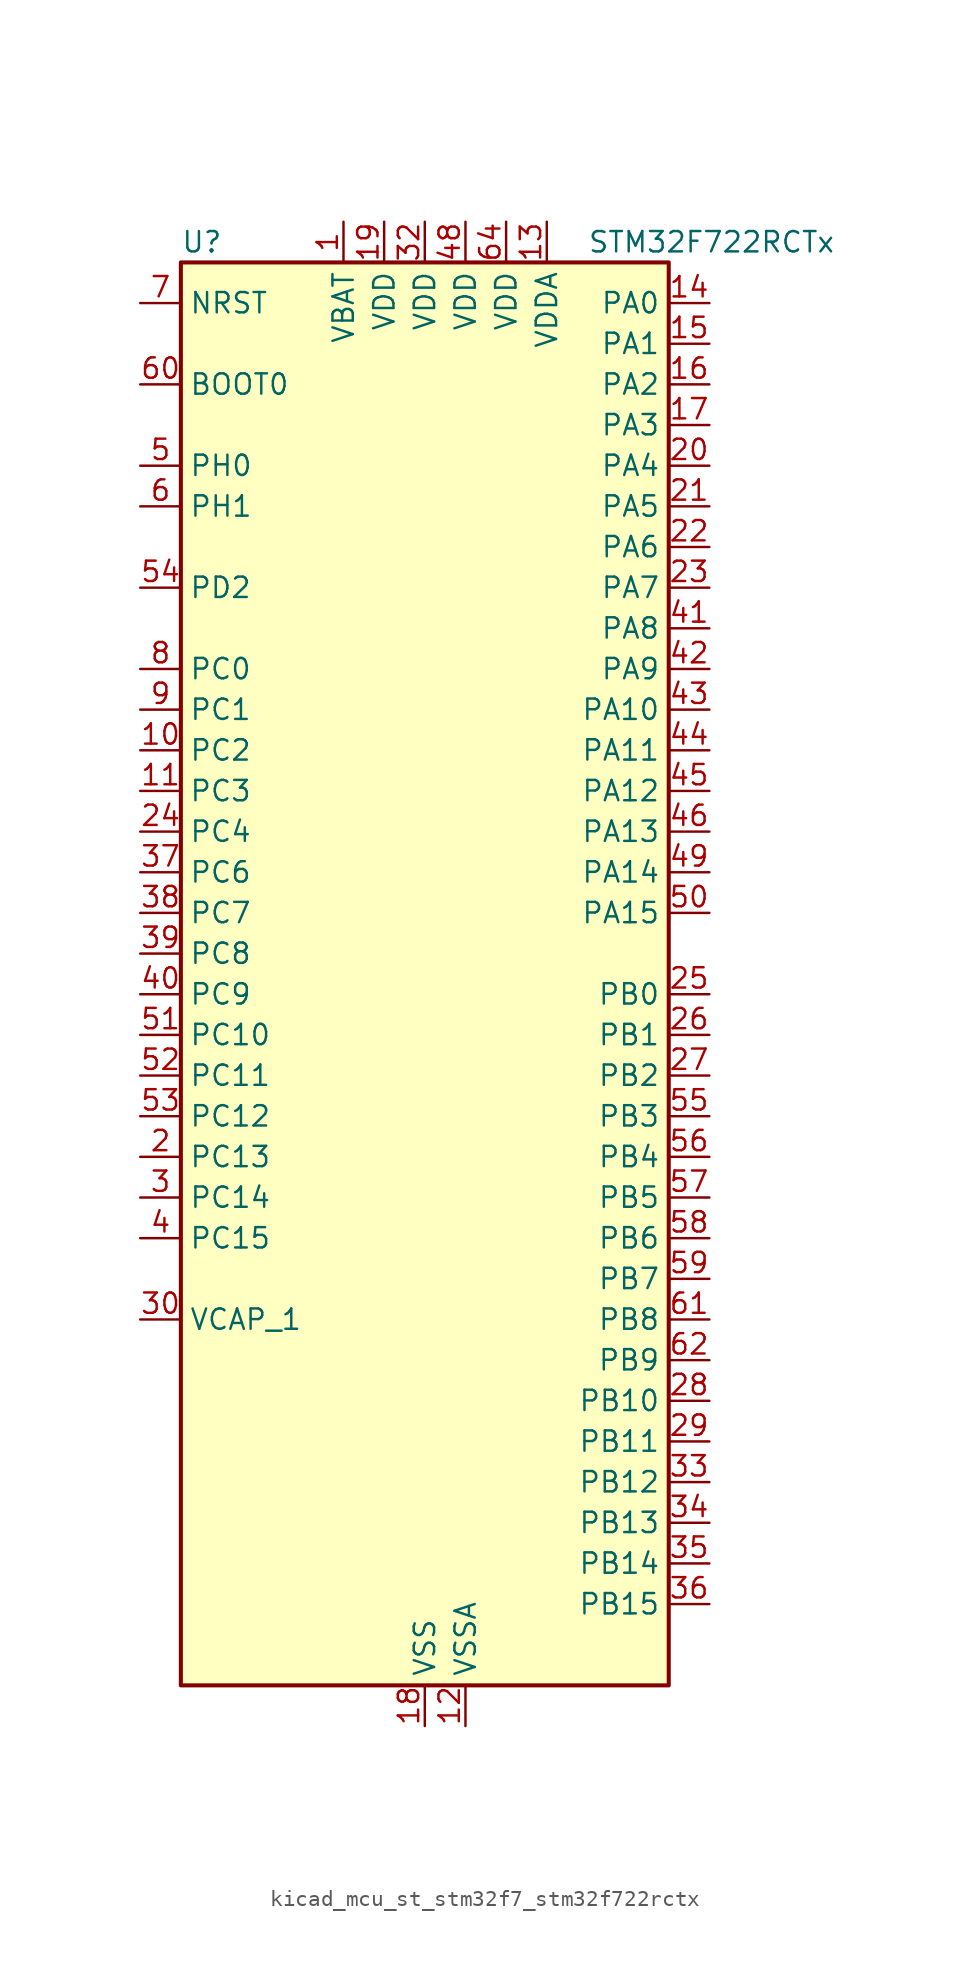
<source format=kicad_sym>
(kicad_symbol_lib
  (version 20220914)
  (generator kicad_symbol_editor)
  (symbol "kicad_mcu_st_stm32f7_stm32f722rctx"
    (property "Reference" "U"
      (at -15.24 46.99 0)
      (effects (font (size 1.27 1.27)) (justify left)))
    (property "Value" "STM32F722RCTx"
      (at 10.16 46.99 0)
      (effects (font (size 1.27 1.27)) (justify left)))
    (property "ki_locked" ""
      (at 0 0 0)
      (effects (font (size 1.27 1.27))))
    (symbol "kicad_mcu_st_stm32f7_stm32f722rctx_0_1"
      (rectangle (start -15.24 -43.18) (end 15.24 45.72) (stroke (width 0.254) (type default)) (fill (type background))))
    (symbol "kicad_mcu_st_stm32f7_stm32f722rctx_1_1"
      (pin power_in line (at -5.08 48.26 270) (length 2.54) (name "VBAT" (effects (font (size 1.27 1.27)))) (number "1" (effects (font (size 1.27 1.27)))))
      (pin bidirectional line (at -17.78 15.24 0) (length 2.54) (name "PC2" (effects (font (size 1.27 1.27)))) (number "10" (effects (font (size 1.27 1.27)))) (alternate "ADC1_IN12" bidirectional line) (alternate "ADC2_IN12" bidirectional line) (alternate "ADC3_IN12" bidirectional line) (alternate "SPI2_MISO" bidirectional line) (alternate "USB_OTG_HS_ULPI_DIR" bidirectional line))
      (pin bidirectional line (at -17.78 12.7 0) (length 2.54) (name "PC3" (effects (font (size 1.27 1.27)))) (number "11" (effects (font (size 1.27 1.27)))) (alternate "ADC1_IN13" bidirectional line) (alternate "ADC2_IN13" bidirectional line) (alternate "ADC3_IN13" bidirectional line) (alternate "I2S2_SD" bidirectional line) (alternate "SPI2_MOSI" bidirectional line) (alternate "USB_OTG_HS_ULPI_NXT" bidirectional line))
      (pin power_in line (at 2.54 -45.72 90) (length 2.54) (name "VSSA" (effects (font (size 1.27 1.27)))) (number "12" (effects (font (size 1.27 1.27)))))
      (pin power_in line (at 7.62 48.26 270) (length 2.54) (name "VDDA" (effects (font (size 1.27 1.27)))) (number "13" (effects (font (size 1.27 1.27)))))
      (pin bidirectional line (at 17.78 43.18 180) (length 2.54) (name "PA0" (effects (font (size 1.27 1.27)))) (number "14" (effects (font (size 1.27 1.27)))) (alternate "ADC1_IN0" bidirectional line) (alternate "ADC2_IN0" bidirectional line) (alternate "ADC3_IN0" bidirectional line) (alternate "SAI2_SD_B" bidirectional line) (alternate "SYS_WKUP1" bidirectional line) (alternate "TIM2_CH1" bidirectional line) (alternate "TIM2_ETR" bidirectional line) (alternate "TIM5_CH1" bidirectional line) (alternate "TIM8_ETR" bidirectional line) (alternate "UART4_TX" bidirectional line) (alternate "USART2_CTS" bidirectional line))
      (pin bidirectional line (at 17.78 40.64 180) (length 2.54) (name "PA1" (effects (font (size 1.27 1.27)))) (number "15" (effects (font (size 1.27 1.27)))) (alternate "ADC1_IN1" bidirectional line) (alternate "ADC2_IN1" bidirectional line) (alternate "ADC3_IN1" bidirectional line) (alternate "QUADSPI_BK1_IO3" bidirectional line) (alternate "SAI2_MCLK_B" bidirectional line) (alternate "TIM2_CH2" bidirectional line) (alternate "TIM5_CH2" bidirectional line) (alternate "UART4_RX" bidirectional line) (alternate "USART2_DE" bidirectional line) (alternate "USART2_RTS" bidirectional line))
      (pin bidirectional line (at 17.78 38.1 180) (length 2.54) (name "PA2" (effects (font (size 1.27 1.27)))) (number "16" (effects (font (size 1.27 1.27)))) (alternate "ADC1_IN2" bidirectional line) (alternate "ADC2_IN2" bidirectional line) (alternate "ADC3_IN2" bidirectional line) (alternate "SAI2_SCK_B" bidirectional line) (alternate "SYS_WKUP2" bidirectional line) (alternate "TIM2_CH3" bidirectional line) (alternate "TIM5_CH3" bidirectional line) (alternate "TIM9_CH1" bidirectional line) (alternate "USART2_TX" bidirectional line))
      (pin bidirectional line (at 17.78 35.56 180) (length 2.54) (name "PA3" (effects (font (size 1.27 1.27)))) (number "17" (effects (font (size 1.27 1.27)))) (alternate "ADC1_IN3" bidirectional line) (alternate "ADC2_IN3" bidirectional line) (alternate "ADC3_IN3" bidirectional line) (alternate "TIM2_CH4" bidirectional line) (alternate "TIM5_CH4" bidirectional line) (alternate "TIM9_CH2" bidirectional line) (alternate "USART2_RX" bidirectional line) (alternate "USB_OTG_HS_ULPI_D0" bidirectional line))
      (pin power_in line (at 0 -45.72 90) (length 2.54) (name "VSS" (effects (font (size 1.27 1.27)))) (number "18" (effects (font (size 1.27 1.27)))))
      (pin power_in line (at -2.54 48.26 270) (length 2.54) (name "VDD" (effects (font (size 1.27 1.27)))) (number "19" (effects (font (size 1.27 1.27)))))
      (pin bidirectional line (at -17.78 -10.16 0) (length 2.54) (name "PC13" (effects (font (size 1.27 1.27)))) (number "2" (effects (font (size 1.27 1.27)))) (alternate "RTC_OUT" bidirectional line) (alternate "RTC_TAMP1" bidirectional line) (alternate "RTC_TS" bidirectional line) (alternate "SYS_WKUP4" bidirectional line))
      (pin bidirectional line (at 17.78 33.02 180) (length 2.54) (name "PA4" (effects (font (size 1.27 1.27)))) (number "20" (effects (font (size 1.27 1.27)))) (alternate "ADC1_IN4" bidirectional line) (alternate "ADC2_IN4" bidirectional line) (alternate "DAC_OUT1" bidirectional line) (alternate "I2S1_WS" bidirectional line) (alternate "I2S3_WS" bidirectional line) (alternate "SPI1_NSS" bidirectional line) (alternate "SPI3_NSS" bidirectional line) (alternate "USART2_CK" bidirectional line) (alternate "USB_OTG_HS_SOF" bidirectional line))
      (pin bidirectional line (at 17.78 30.48 180) (length 2.54) (name "PA5" (effects (font (size 1.27 1.27)))) (number "21" (effects (font (size 1.27 1.27)))) (alternate "ADC1_IN5" bidirectional line) (alternate "ADC2_IN5" bidirectional line) (alternate "DAC_OUT2" bidirectional line) (alternate "I2S1_CK" bidirectional line) (alternate "SPI1_SCK" bidirectional line) (alternate "TIM2_CH1" bidirectional line) (alternate "TIM2_ETR" bidirectional line) (alternate "TIM8_CH1N" bidirectional line) (alternate "USB_OTG_HS_ULPI_CK" bidirectional line))
      (pin bidirectional line (at 17.78 27.94 180) (length 2.54) (name "PA6" (effects (font (size 1.27 1.27)))) (number "22" (effects (font (size 1.27 1.27)))) (alternate "ADC1_IN6" bidirectional line) (alternate "ADC2_IN6" bidirectional line) (alternate "SPI1_MISO" bidirectional line) (alternate "TIM13_CH1" bidirectional line) (alternate "TIM1_BKIN" bidirectional line) (alternate "TIM3_CH1" bidirectional line) (alternate "TIM8_BKIN" bidirectional line))
      (pin bidirectional line (at 17.78 25.4 180) (length 2.54) (name "PA7" (effects (font (size 1.27 1.27)))) (number "23" (effects (font (size 1.27 1.27)))) (alternate "ADC1_IN7" bidirectional line) (alternate "ADC2_IN7" bidirectional line) (alternate "I2S1_SD" bidirectional line) (alternate "SPI1_MOSI" bidirectional line) (alternate "TIM14_CH1" bidirectional line) (alternate "TIM1_CH1N" bidirectional line) (alternate "TIM3_CH2" bidirectional line) (alternate "TIM8_CH1N" bidirectional line))
      (pin bidirectional line (at -17.78 10.16 0) (length 2.54) (name "PC4" (effects (font (size 1.27 1.27)))) (number "24" (effects (font (size 1.27 1.27)))) (alternate "ADC1_IN14" bidirectional line) (alternate "ADC2_IN14" bidirectional line) (alternate "I2S1_MCK" bidirectional line))
      (pin bidirectional line (at 17.78 0 180) (length 2.54) (name "PB0" (effects (font (size 1.27 1.27)))) (number "25" (effects (font (size 1.27 1.27)))) (alternate "ADC1_IN8" bidirectional line) (alternate "ADC2_IN8" bidirectional line) (alternate "TIM1_CH2N" bidirectional line) (alternate "TIM3_CH3" bidirectional line) (alternate "TIM8_CH2N" bidirectional line) (alternate "UART4_CTS" bidirectional line) (alternate "USB_OTG_HS_ULPI_D1" bidirectional line))
      (pin bidirectional line (at 17.78 -2.54 180) (length 2.54) (name "PB1" (effects (font (size 1.27 1.27)))) (number "26" (effects (font (size 1.27 1.27)))) (alternate "ADC1_IN9" bidirectional line) (alternate "ADC2_IN9" bidirectional line) (alternate "TIM1_CH3N" bidirectional line) (alternate "TIM3_CH4" bidirectional line) (alternate "TIM8_CH3N" bidirectional line) (alternate "USB_OTG_HS_ULPI_D2" bidirectional line))
      (pin bidirectional line (at 17.78 -5.08 180) (length 2.54) (name "PB2" (effects (font (size 1.27 1.27)))) (number "27" (effects (font (size 1.27 1.27)))) (alternate "I2S3_SD" bidirectional line) (alternate "QUADSPI_CLK" bidirectional line) (alternate "SAI1_SD_A" bidirectional line) (alternate "SPI3_MOSI" bidirectional line))
      (pin bidirectional line (at 17.78 -25.4 180) (length 2.54) (name "PB10" (effects (font (size 1.27 1.27)))) (number "28" (effects (font (size 1.27 1.27)))) (alternate "I2C2_SCL" bidirectional line) (alternate "I2S2_CK" bidirectional line) (alternate "SPI2_SCK" bidirectional line) (alternate "TIM2_CH3" bidirectional line) (alternate "USART3_TX" bidirectional line) (alternate "USB_OTG_HS_ULPI_D3" bidirectional line))
      (pin bidirectional line (at 17.78 -27.94 180) (length 2.54) (name "PB11" (effects (font (size 1.27 1.27)))) (number "29" (effects (font (size 1.27 1.27)))) (alternate "ADC1_EXTI11" bidirectional line) (alternate "ADC2_EXTI11" bidirectional line) (alternate "ADC3_EXTI11" bidirectional line) (alternate "I2C2_SDA" bidirectional line) (alternate "TIM2_CH4" bidirectional line) (alternate "USART3_RX" bidirectional line) (alternate "USB_OTG_HS_ULPI_D4" bidirectional line))
      (pin bidirectional line (at -17.78 -12.7 0) (length 2.54) (name "PC14" (effects (font (size 1.27 1.27)))) (number "3" (effects (font (size 1.27 1.27)))) (alternate "RCC_OSC32_IN" bidirectional line))
      (pin power_out line (at -17.78 -20.32 0) (length 2.54) (name "VCAP_1" (effects (font (size 1.27 1.27)))) (number "30" (effects (font (size 1.27 1.27)))))
      (pin passive line (at 0 -45.72 90) (length 2.54) hide (name "VSS" (effects (font (size 1.27 1.27)))) (number "31" (effects (font (size 1.27 1.27)))))
      (pin power_in line (at 0 48.26 270) (length 2.54) (name "VDD" (effects (font (size 1.27 1.27)))) (number "32" (effects (font (size 1.27 1.27)))))
      (pin bidirectional line (at 17.78 -30.48 180) (length 2.54) (name "PB12" (effects (font (size 1.27 1.27)))) (number "33" (effects (font (size 1.27 1.27)))) (alternate "I2C2_SMBA" bidirectional line) (alternate "I2S2_WS" bidirectional line) (alternate "SPI2_NSS" bidirectional line) (alternate "TIM1_BKIN" bidirectional line) (alternate "USART3_CK" bidirectional line) (alternate "USB_OTG_HS_ID" bidirectional line) (alternate "USB_OTG_HS_ULPI_D5" bidirectional line))
      (pin bidirectional line (at 17.78 -33.02 180) (length 2.54) (name "PB13" (effects (font (size 1.27 1.27)))) (number "34" (effects (font (size 1.27 1.27)))) (alternate "I2S2_CK" bidirectional line) (alternate "SPI2_SCK" bidirectional line) (alternate "TIM1_CH1N" bidirectional line) (alternate "USART3_CTS" bidirectional line) (alternate "USB_OTG_HS_ULPI_D6" bidirectional line) (alternate "USB_OTG_HS_VBUS" bidirectional line))
      (pin bidirectional line (at 17.78 -35.56 180) (length 2.54) (name "PB14" (effects (font (size 1.27 1.27)))) (number "35" (effects (font (size 1.27 1.27)))) (alternate "SPI2_MISO" bidirectional line) (alternate "TIM12_CH1" bidirectional line) (alternate "TIM1_CH2N" bidirectional line) (alternate "TIM8_CH2N" bidirectional line) (alternate "USART3_DE" bidirectional line) (alternate "USART3_RTS" bidirectional line) (alternate "USB_OTG_HS_DM" bidirectional line))
      (pin bidirectional line (at 17.78 -38.1 180) (length 2.54) (name "PB15" (effects (font (size 1.27 1.27)))) (number "36" (effects (font (size 1.27 1.27)))) (alternate "I2S2_SD" bidirectional line) (alternate "RTC_REFIN" bidirectional line) (alternate "SPI2_MOSI" bidirectional line) (alternate "TIM12_CH2" bidirectional line) (alternate "TIM1_CH3N" bidirectional line) (alternate "TIM8_CH3N" bidirectional line) (alternate "USB_OTG_HS_DP" bidirectional line))
      (pin bidirectional line (at -17.78 7.62 0) (length 2.54) (name "PC6" (effects (font (size 1.27 1.27)))) (number "37" (effects (font (size 1.27 1.27)))) (alternate "I2S2_MCK" bidirectional line) (alternate "SDMMC1_D6" bidirectional line) (alternate "TIM3_CH1" bidirectional line) (alternate "TIM8_CH1" bidirectional line) (alternate "USART6_TX" bidirectional line))
      (pin bidirectional line (at -17.78 5.08 0) (length 2.54) (name "PC7" (effects (font (size 1.27 1.27)))) (number "38" (effects (font (size 1.27 1.27)))) (alternate "I2S3_MCK" bidirectional line) (alternate "SDMMC1_D7" bidirectional line) (alternate "TIM3_CH2" bidirectional line) (alternate "TIM8_CH2" bidirectional line) (alternate "USART6_RX" bidirectional line))
      (pin bidirectional line (at -17.78 2.54 0) (length 2.54) (name "PC8" (effects (font (size 1.27 1.27)))) (number "39" (effects (font (size 1.27 1.27)))) (alternate "SDMMC1_D0" bidirectional line) (alternate "SYS_TRACED1" bidirectional line) (alternate "TIM3_CH3" bidirectional line) (alternate "TIM8_CH3" bidirectional line) (alternate "UART5_DE" bidirectional line) (alternate "UART5_RTS" bidirectional line) (alternate "USART6_CK" bidirectional line))
      (pin bidirectional line (at -17.78 -15.24 0) (length 2.54) (name "PC15" (effects (font (size 1.27 1.27)))) (number "4" (effects (font (size 1.27 1.27)))) (alternate "RCC_OSC32_OUT" bidirectional line))
      (pin bidirectional line (at -17.78 0 0) (length 2.54) (name "PC9" (effects (font (size 1.27 1.27)))) (number "40" (effects (font (size 1.27 1.27)))) (alternate "DAC_EXTI9" bidirectional line) (alternate "I2C3_SDA" bidirectional line) (alternate "I2S_CKIN" bidirectional line) (alternate "QUADSPI_BK1_IO0" bidirectional line) (alternate "RCC_MCO_2" bidirectional line) (alternate "SDMMC1_D1" bidirectional line) (alternate "TIM3_CH4" bidirectional line) (alternate "TIM8_CH4" bidirectional line) (alternate "UART5_CTS" bidirectional line))
      (pin bidirectional line (at 17.78 22.86 180) (length 2.54) (name "PA8" (effects (font (size 1.27 1.27)))) (number "41" (effects (font (size 1.27 1.27)))) (alternate "I2C3_SCL" bidirectional line) (alternate "RCC_MCO_1" bidirectional line) (alternate "TIM1_CH1" bidirectional line) (alternate "TIM8_BKIN2" bidirectional line) (alternate "USART1_CK" bidirectional line) (alternate "USB_OTG_FS_SOF" bidirectional line))
      (pin bidirectional line (at 17.78 20.32 180) (length 2.54) (name "PA9" (effects (font (size 1.27 1.27)))) (number "42" (effects (font (size 1.27 1.27)))) (alternate "DAC_EXTI9" bidirectional line) (alternate "I2C3_SMBA" bidirectional line) (alternate "I2S2_CK" bidirectional line) (alternate "SPI2_SCK" bidirectional line) (alternate "TIM1_CH2" bidirectional line) (alternate "USART1_TX" bidirectional line) (alternate "USB_OTG_FS_VBUS" bidirectional line))
      (pin bidirectional line (at 17.78 17.78 180) (length 2.54) (name "PA10" (effects (font (size 1.27 1.27)))) (number "43" (effects (font (size 1.27 1.27)))) (alternate "TIM1_CH3" bidirectional line) (alternate "USART1_RX" bidirectional line) (alternate "USB_OTG_FS_ID" bidirectional line))
      (pin bidirectional line (at 17.78 15.24 180) (length 2.54) (name "PA11" (effects (font (size 1.27 1.27)))) (number "44" (effects (font (size 1.27 1.27)))) (alternate "ADC1_EXTI11" bidirectional line) (alternate "ADC2_EXTI11" bidirectional line) (alternate "ADC3_EXTI11" bidirectional line) (alternate "CAN1_RX" bidirectional line) (alternate "TIM1_CH4" bidirectional line) (alternate "USART1_CTS" bidirectional line) (alternate "USB_OTG_FS_DM" bidirectional line))
      (pin bidirectional line (at 17.78 12.7 180) (length 2.54) (name "PA12" (effects (font (size 1.27 1.27)))) (number "45" (effects (font (size 1.27 1.27)))) (alternate "CAN1_TX" bidirectional line) (alternate "SAI2_FS_B" bidirectional line) (alternate "TIM1_ETR" bidirectional line) (alternate "USART1_DE" bidirectional line) (alternate "USART1_RTS" bidirectional line) (alternate "USB_OTG_FS_DP" bidirectional line))
      (pin bidirectional line (at 17.78 10.16 180) (length 2.54) (name "PA13" (effects (font (size 1.27 1.27)))) (number "46" (effects (font (size 1.27 1.27)))) (alternate "SYS_JTMS-SWDIO" bidirectional line))
      (pin passive line (at 0 -45.72 90) (length 2.54) hide (name "VSS" (effects (font (size 1.27 1.27)))) (number "47" (effects (font (size 1.27 1.27)))))
      (pin power_in line (at 2.54 48.26 270) (length 2.54) (name "VDD" (effects (font (size 1.27 1.27)))) (number "48" (effects (font (size 1.27 1.27)))))
      (pin bidirectional line (at 17.78 7.62 180) (length 2.54) (name "PA14" (effects (font (size 1.27 1.27)))) (number "49" (effects (font (size 1.27 1.27)))) (alternate "SYS_JTCK-SWCLK" bidirectional line))
      (pin bidirectional line (at -17.78 33.02 0) (length 2.54) (name "PH0" (effects (font (size 1.27 1.27)))) (number "5" (effects (font (size 1.27 1.27)))) (alternate "RCC_OSC_IN" bidirectional line))
      (pin bidirectional line (at 17.78 5.08 180) (length 2.54) (name "PA15" (effects (font (size 1.27 1.27)))) (number "50" (effects (font (size 1.27 1.27)))) (alternate "I2S1_WS" bidirectional line) (alternate "I2S3_WS" bidirectional line) (alternate "SPI1_NSS" bidirectional line) (alternate "SPI3_NSS" bidirectional line) (alternate "SYS_JTDI" bidirectional line) (alternate "TIM2_CH1" bidirectional line) (alternate "TIM2_ETR" bidirectional line) (alternate "UART4_DE" bidirectional line) (alternate "UART4_RTS" bidirectional line))
      (pin bidirectional line (at -17.78 -2.54 0) (length 2.54) (name "PC10" (effects (font (size 1.27 1.27)))) (number "51" (effects (font (size 1.27 1.27)))) (alternate "I2S3_CK" bidirectional line) (alternate "QUADSPI_BK1_IO1" bidirectional line) (alternate "SDMMC1_D2" bidirectional line) (alternate "SPI3_SCK" bidirectional line) (alternate "UART4_TX" bidirectional line) (alternate "USART3_TX" bidirectional line))
      (pin bidirectional line (at -17.78 -5.08 0) (length 2.54) (name "PC11" (effects (font (size 1.27 1.27)))) (number "52" (effects (font (size 1.27 1.27)))) (alternate "ADC1_EXTI11" bidirectional line) (alternate "ADC2_EXTI11" bidirectional line) (alternate "ADC3_EXTI11" bidirectional line) (alternate "QUADSPI_BK2_NCS" bidirectional line) (alternate "SDMMC1_D3" bidirectional line) (alternate "SPI3_MISO" bidirectional line) (alternate "UART4_RX" bidirectional line) (alternate "USART3_RX" bidirectional line))
      (pin bidirectional line (at -17.78 -7.62 0) (length 2.54) (name "PC12" (effects (font (size 1.27 1.27)))) (number "53" (effects (font (size 1.27 1.27)))) (alternate "I2S3_SD" bidirectional line) (alternate "SDMMC1_CK" bidirectional line) (alternate "SPI3_MOSI" bidirectional line) (alternate "SYS_TRACED3" bidirectional line) (alternate "UART5_TX" bidirectional line) (alternate "USART3_CK" bidirectional line))
      (pin bidirectional line (at -17.78 25.4 0) (length 2.54) (name "PD2" (effects (font (size 1.27 1.27)))) (number "54" (effects (font (size 1.27 1.27)))) (alternate "SDMMC1_CMD" bidirectional line) (alternate "SYS_TRACED2" bidirectional line) (alternate "TIM3_ETR" bidirectional line) (alternate "UART5_RX" bidirectional line))
      (pin bidirectional line (at 17.78 -7.62 180) (length 2.54) (name "PB3" (effects (font (size 1.27 1.27)))) (number "55" (effects (font (size 1.27 1.27)))) (alternate "I2S1_CK" bidirectional line) (alternate "I2S3_CK" bidirectional line) (alternate "SPI1_SCK" bidirectional line) (alternate "SPI3_SCK" bidirectional line) (alternate "SYS_JTDO-SWO" bidirectional line) (alternate "TIM2_CH2" bidirectional line))
      (pin bidirectional line (at 17.78 -10.16 180) (length 2.54) (name "PB4" (effects (font (size 1.27 1.27)))) (number "56" (effects (font (size 1.27 1.27)))) (alternate "I2S2_WS" bidirectional line) (alternate "SPI1_MISO" bidirectional line) (alternate "SPI2_NSS" bidirectional line) (alternate "SPI3_MISO" bidirectional line) (alternate "SYS_JTRST" bidirectional line) (alternate "TIM3_CH1" bidirectional line))
      (pin bidirectional line (at 17.78 -12.7 180) (length 2.54) (name "PB5" (effects (font (size 1.27 1.27)))) (number "57" (effects (font (size 1.27 1.27)))) (alternate "I2C1_SMBA" bidirectional line) (alternate "I2S1_SD" bidirectional line) (alternate "I2S3_SD" bidirectional line) (alternate "SPI1_MOSI" bidirectional line) (alternate "SPI3_MOSI" bidirectional line) (alternate "TIM3_CH2" bidirectional line) (alternate "USB_OTG_HS_ULPI_D7" bidirectional line))
      (pin bidirectional line (at 17.78 -15.24 180) (length 2.54) (name "PB6" (effects (font (size 1.27 1.27)))) (number "58" (effects (font (size 1.27 1.27)))) (alternate "I2C1_SCL" bidirectional line) (alternate "QUADSPI_BK1_NCS" bidirectional line) (alternate "TIM4_CH1" bidirectional line) (alternate "USART1_TX" bidirectional line))
      (pin bidirectional line (at 17.78 -17.78 180) (length 2.54) (name "PB7" (effects (font (size 1.27 1.27)))) (number "59" (effects (font (size 1.27 1.27)))) (alternate "I2C1_SDA" bidirectional line) (alternate "TIM4_CH2" bidirectional line) (alternate "USART1_RX" bidirectional line))
      (pin bidirectional line (at -17.78 30.48 0) (length 2.54) (name "PH1" (effects (font (size 1.27 1.27)))) (number "6" (effects (font (size 1.27 1.27)))) (alternate "RCC_OSC_OUT" bidirectional line))
      (pin input line (at -17.78 38.1 0) (length 2.54) (name "BOOT0" (effects (font (size 1.27 1.27)))) (number "60" (effects (font (size 1.27 1.27)))))
      (pin bidirectional line (at 17.78 -20.32 180) (length 2.54) (name "PB8" (effects (font (size 1.27 1.27)))) (number "61" (effects (font (size 1.27 1.27)))) (alternate "CAN1_RX" bidirectional line) (alternate "I2C1_SCL" bidirectional line) (alternate "SDMMC1_D4" bidirectional line) (alternate "TIM10_CH1" bidirectional line) (alternate "TIM4_CH3" bidirectional line))
      (pin bidirectional line (at 17.78 -22.86 180) (length 2.54) (name "PB9" (effects (font (size 1.27 1.27)))) (number "62" (effects (font (size 1.27 1.27)))) (alternate "CAN1_TX" bidirectional line) (alternate "DAC_EXTI9" bidirectional line) (alternate "I2C1_SDA" bidirectional line) (alternate "I2S2_WS" bidirectional line) (alternate "SDMMC1_D5" bidirectional line) (alternate "SPI2_NSS" bidirectional line) (alternate "TIM11_CH1" bidirectional line) (alternate "TIM4_CH4" bidirectional line))
      (pin passive line (at 0 -45.72 90) (length 2.54) hide (name "VSS" (effects (font (size 1.27 1.27)))) (number "63" (effects (font (size 1.27 1.27)))))
      (pin power_in line (at 5.08 48.26 270) (length 2.54) (name "VDD" (effects (font (size 1.27 1.27)))) (number "64" (effects (font (size 1.27 1.27)))))
      (pin input line (at -17.78 43.18 0) (length 2.54) (name "NRST" (effects (font (size 1.27 1.27)))) (number "7" (effects (font (size 1.27 1.27)))))
      (pin bidirectional line (at -17.78 20.32 0) (length 2.54) (name "PC0" (effects (font (size 1.27 1.27)))) (number "8" (effects (font (size 1.27 1.27)))) (alternate "ADC1_IN10" bidirectional line) (alternate "ADC2_IN10" bidirectional line) (alternate "ADC3_IN10" bidirectional line) (alternate "SAI2_FS_B" bidirectional line) (alternate "USB_OTG_HS_ULPI_STP" bidirectional line))
      (pin bidirectional line (at -17.78 17.78 0) (length 2.54) (name "PC1" (effects (font (size 1.27 1.27)))) (number "9" (effects (font (size 1.27 1.27)))) (alternate "ADC1_IN11" bidirectional line) (alternate "ADC2_IN11" bidirectional line) (alternate "ADC3_IN11" bidirectional line) (alternate "I2S2_SD" bidirectional line) (alternate "RTC_TAMP3" bidirectional line) (alternate "RTC_TS" bidirectional line) (alternate "SAI1_SD_A" bidirectional line) (alternate "SPI2_MOSI" bidirectional line) (alternate "SYS_TRACED0" bidirectional line) (alternate "SYS_WKUP3" bidirectional line)))))
</source>
